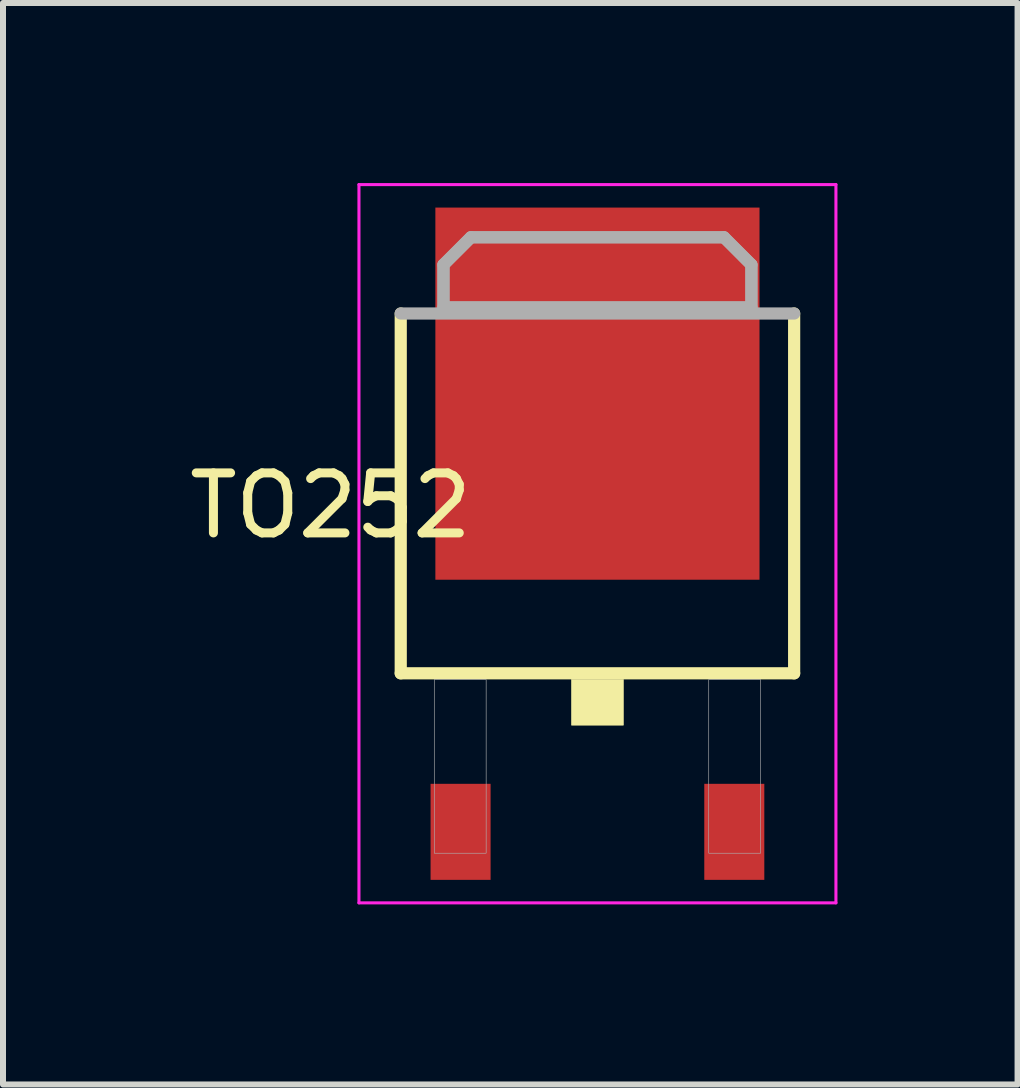
<source format=kicad_pcb>
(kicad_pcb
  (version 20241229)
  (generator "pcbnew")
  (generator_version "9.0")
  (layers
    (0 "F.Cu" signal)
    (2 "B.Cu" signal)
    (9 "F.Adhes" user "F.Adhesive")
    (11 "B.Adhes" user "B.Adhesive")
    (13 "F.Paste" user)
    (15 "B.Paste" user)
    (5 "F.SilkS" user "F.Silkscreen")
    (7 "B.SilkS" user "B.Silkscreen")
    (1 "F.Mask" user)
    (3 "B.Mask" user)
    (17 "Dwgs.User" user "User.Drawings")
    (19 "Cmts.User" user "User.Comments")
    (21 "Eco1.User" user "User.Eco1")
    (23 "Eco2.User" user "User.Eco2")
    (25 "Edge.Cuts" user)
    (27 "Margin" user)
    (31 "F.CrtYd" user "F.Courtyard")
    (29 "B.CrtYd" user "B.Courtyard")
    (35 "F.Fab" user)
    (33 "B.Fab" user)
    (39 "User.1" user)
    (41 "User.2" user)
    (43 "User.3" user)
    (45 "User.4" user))
  (footprint "TO252"
    (layer "F.Cu")
    (at 6.903 6.008)
    (property "Reference" "TO252" (at -4.445 -0.635 180) (layer "F.SilkS") (effects (font (size 1 1) (thickness 0.15))))
    (attr smd)
    (fp_line (start -3.277 2.159) (end -3.277 -3.835) (stroke (width 0.203) (type solid)) (layer "F.SilkS"))
    (fp_line (start 3.277 -3.835) (end 3.277 2.159) (stroke (width 0.203) (type solid)) (layer "F.SilkS"))
    (fp_line (start 3.277 2.159) (end -3.277 2.159) (stroke (width 0.203) (type solid)) (layer "F.SilkS"))
    (fp_poly (pts (xy -0.432 2.261) (xy 0.432 2.261) (xy 0.432 3.023) (xy -0.432 3.023)) (stroke (width 0.01) (type solid)) (fill yes) (layer "F.SilkS"))
    (fp_line (start -3.973 -5.983) (end 3.973 -5.983) (stroke (width 0.051) (type solid)) (layer "F.CrtYd"))
    (fp_line (start -3.973 5.983) (end -3.973 -5.983) (stroke (width 0.051) (type solid)) (layer "F.CrtYd"))
    (fp_line (start 3.973 -5.983) (end 3.973 5.983) (stroke (width 0.051) (type solid)) (layer "F.CrtYd"))
    (fp_line (start 3.973 5.983) (end -3.973 5.983) (stroke (width 0.051) (type solid)) (layer "F.CrtYd"))
    (fp_line (start -3.277 -3.835) (end 3.277 -3.835) (stroke (width 0.203) (type solid)) (layer "F.Fab"))
    (fp_line (start -2.565 -4.648) (end -2.108 -5.105) (stroke (width 0.203) (type solid)) (layer "F.Fab"))
    (fp_line (start -2.565 -3.937) (end -2.565 -4.648) (stroke (width 0.203) (type solid)) (layer "F.Fab"))
    (fp_line (start -2.108 -5.105) (end 2.108 -5.105) (stroke (width 0.203) (type solid)) (layer "F.Fab"))
    (fp_line (start 2.108 -5.105) (end 2.565 -4.648) (stroke (width 0.203) (type solid)) (layer "F.Fab"))
    (fp_line (start 2.565 -4.648) (end 2.565 -3.937) (stroke (width 0.203) (type solid)) (layer "F.Fab"))
    (fp_line (start 2.565 -3.937) (end -2.565 -3.937) (stroke (width 0.203) (type solid)) (layer "F.Fab"))
    (fp_poly (pts (xy -2.718 2.261) (xy -1.854 2.261) (xy -1.854 5.156) (xy -2.718 5.156)) (stroke (width 0.01) (type solid)) (fill no) (layer "F.Fab"))
    (fp_poly (pts (xy 1.854 2.261) (xy 2.718 2.261) (xy 2.718 5.156) (xy 1.854 5.156)) (stroke (width 0.01) (type solid)) (fill no) (layer "F.Fab"))
    (fp_poly (pts (xy -2.565 -3.937) (xy -2.565 -4.648) (xy -2.108 -5.105) (xy 2.108 -5.105) (xy 2.565 -4.648) (xy 2.565 -3.937)) (stroke (width 0.2) (type solid)) (fill no) (layer "F.Fab"))
    (pad "1" smd rect (at -2.28 4.8) (size 1 1.6) (layers "F.Cu" "F.Mask" "F.Paste"))
    (pad "2" smd rect (at 2.28 4.8) (size 1 1.6) (layers "F.Cu" "F.Mask" "F.Paste"))
    (pad "3" smd rect (at 0 -2.5) (size 5.4 6.2) (layers "F.Cu" "F.Mask" "F.Paste")))
  (gr_rect
    (start -3 -3)
    (end 13.902 15.017)
    (stroke (width 0.1) (type default))
    (fill no)
    (layer "Edge.Cuts")))
</source>
